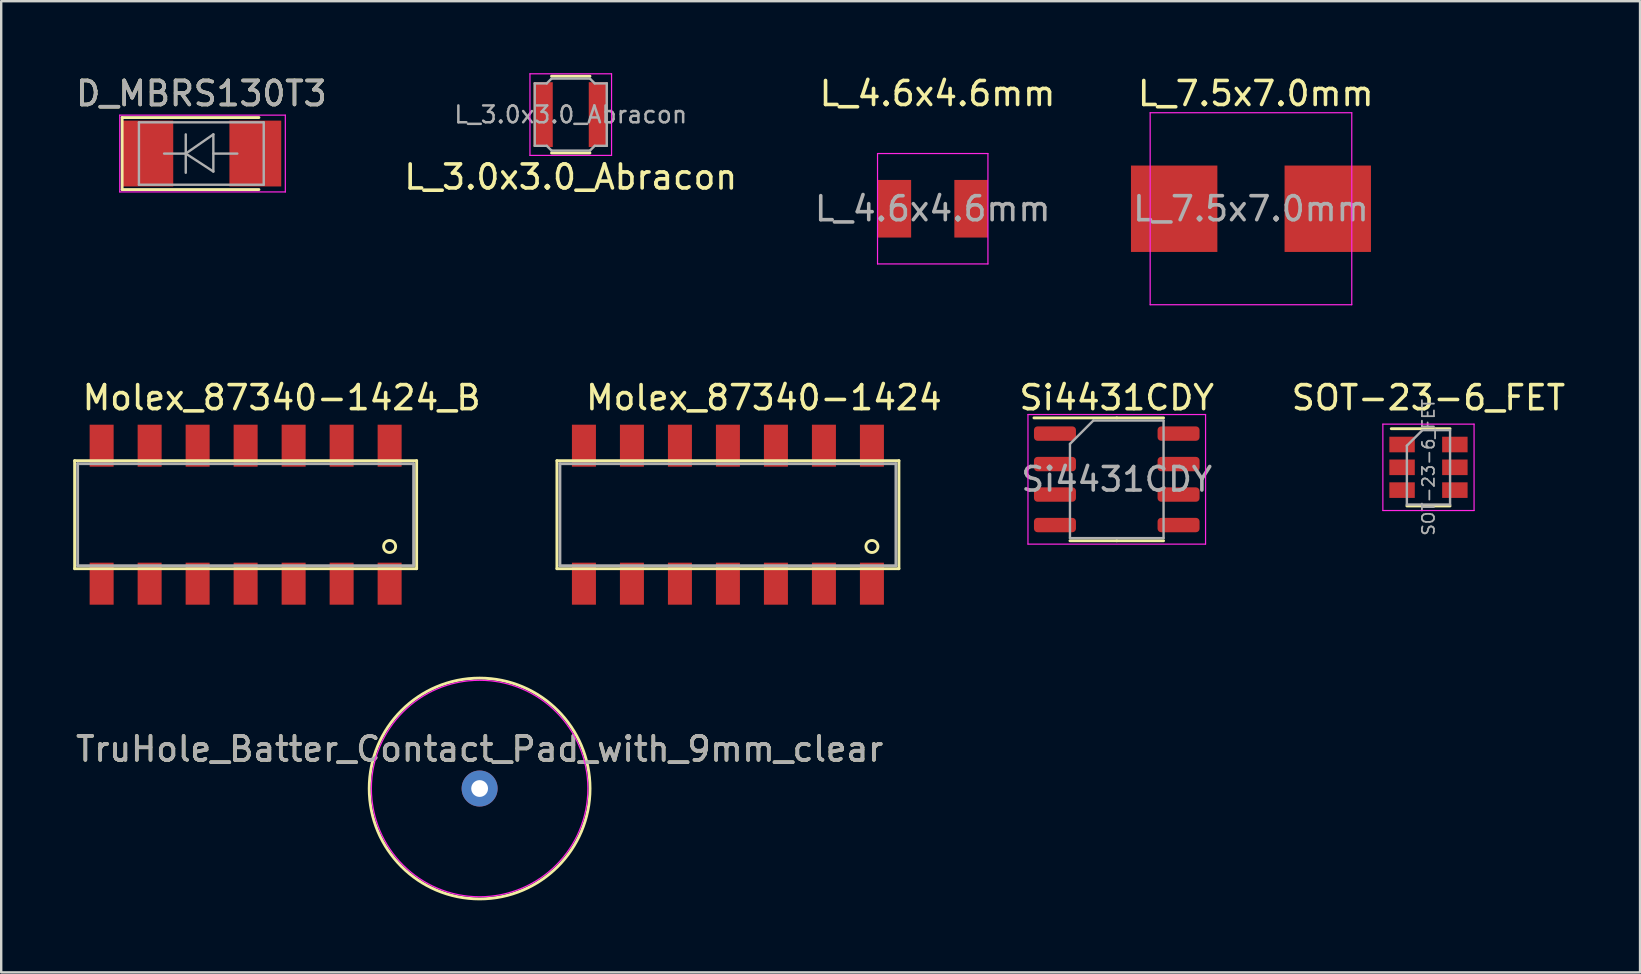
<source format=kicad_pcb>
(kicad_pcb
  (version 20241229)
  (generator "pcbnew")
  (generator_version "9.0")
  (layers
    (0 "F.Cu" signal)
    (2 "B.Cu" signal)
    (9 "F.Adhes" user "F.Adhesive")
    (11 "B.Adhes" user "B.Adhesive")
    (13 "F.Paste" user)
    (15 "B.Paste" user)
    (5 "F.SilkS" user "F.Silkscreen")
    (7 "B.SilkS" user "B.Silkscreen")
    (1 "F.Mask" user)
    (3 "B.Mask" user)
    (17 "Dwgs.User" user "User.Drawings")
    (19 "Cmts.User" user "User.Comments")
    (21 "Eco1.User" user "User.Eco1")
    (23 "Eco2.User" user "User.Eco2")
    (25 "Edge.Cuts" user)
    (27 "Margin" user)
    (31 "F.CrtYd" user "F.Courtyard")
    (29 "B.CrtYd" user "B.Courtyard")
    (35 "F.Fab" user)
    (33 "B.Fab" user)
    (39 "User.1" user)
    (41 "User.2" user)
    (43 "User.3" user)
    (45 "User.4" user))
  (footprint "D_MBRS130T3"
    (layer "F.Cu")
    (at 5.339 3.348)
    (property "Reference" "D_MBRS130T3" (at 0 -2.5 0) (layer "F.SilkS") (effects (font (size 1 1) (thickness 0.15))))
    (attr smd)
    (fp_line (start -3.3 -1.5) (end -3.3 1.5) (stroke (width 0.12) (type solid)) (layer "F.SilkS"))
    (fp_line (start -3.3 1.5) (end 2.4 1.5) (stroke (width 0.12) (type solid)) (layer "F.SilkS"))
    (fp_line (start 2.4 -1.5) (end -3.3 -1.5) (stroke (width 0.12) (type solid)) (layer "F.SilkS"))
    (fp_line (start -3.4 -1.6) (end 3.5 -1.6) (stroke (width 0.05) (type solid)) (layer "F.CrtYd"))
    (fp_line (start -3.4 1.6) (end -3.4 -1.6) (stroke (width 0.05) (type solid)) (layer "F.CrtYd"))
    (fp_line (start 3.5 -1.6) (end 3.5 1.6) (stroke (width 0.05) (type solid)) (layer "F.CrtYd"))
    (fp_line (start 3.5 1.6) (end -3.4 1.6) (stroke (width 0.05) (type solid)) (layer "F.CrtYd"))
    (fp_line (start -2.6 -1.3) (end -2.6 1.3) (stroke (width 0.1) (type solid)) (layer "F.Fab"))
    (fp_line (start -2.6 1.3) (end 2.6 1.3) (stroke (width 0.1) (type solid)) (layer "F.Fab"))
    (fp_line (start -0.649 -0.799) (end -0.649 0.801) (stroke (width 0.1) (type solid)) (layer "F.Fab"))
    (fp_line (start -0.649 0.001) (end -1.551 0.001) (stroke (width 0.1) (type solid)) (layer "F.Fab"))
    (fp_line (start -0.649 0.001) (end 0.501 -0.799) (stroke (width 0.1) (type solid)) (layer "F.Fab"))
    (fp_line (start -0.649 0.001) (end 0.501 0.75) (stroke (width 0.1) (type solid)) (layer "F.Fab"))
    (fp_line (start 0.501 0.001) (end 1.499 0.001) (stroke (width 0.1) (type solid)) (layer "F.Fab"))
    (fp_line (start 0.501 0.75) (end 0.501 -0.799) (stroke (width 0.1) (type solid)) (layer "F.Fab"))
    (fp_line (start 2.6 -1.3) (end -2.6 -1.3) (stroke (width 0.1) (type solid)) (layer "F.Fab"))
    (fp_line (start 2.6 1.3) (end 2.6 -1.3) (stroke (width 0.1) (type solid)) (layer "F.Fab"))
    (fp_text user "${REFERENCE}" (at 0 -2.5 0) (layer "F.Fab") (effects (font (size 1 1) (thickness 0.15))))
    (pad "1" smd rect (at -2.25 0) (size 2.159 2.743) (layers "F.Cu" "F.Mask" "F.Paste"))
    (pad "2" smd rect (at 2.25 0) (size 2.159 2.743) (layers "F.Cu" "F.Mask" "F.Paste")))
  (footprint "Molex_87340-1424"
    (layer "F.Cu")
    (at 28.781 13.021)
    (property "Reference" "Molex_87340-1424" (at 0 0.5 0) (layer "F.SilkS") (effects (font (size 1 1) (thickness 0.15))))
    (attr through_hole)
    (fp_line (start -8.625 3.125) (end -8.625 7.625) (stroke (width 0.12) (type solid)) (layer "F.SilkS"))
    (fp_line (start -8.625 7.625) (end 5.625 7.625) (stroke (width 0.12) (type solid)) (layer "F.SilkS"))
    (fp_line (start 5.625 3.125) (end -8.625 3.125) (stroke (width 0.12) (type solid)) (layer "F.SilkS"))
    (fp_line (start 5.625 7.625) (end 5.625 3.125) (stroke (width 0.12) (type solid)) (layer "F.SilkS"))
    (fp_circle (center 4.5 6.7) (end 4.75 6.7) (stroke (width 0.12) (type solid)) (fill no) (layer "F.SilkS"))
    (fp_line (start -8.5 3.25) (end 5.5 3.25) (stroke (width 0.12) (type solid)) (layer "F.Fab"))
    (fp_line (start -8.5 7.5) (end -8.5 3.25) (stroke (width 0.12) (type solid)) (layer "F.Fab"))
    (fp_line (start 5.5 3.25) (end 5.5 7.5) (stroke (width 0.12) (type solid)) (layer "F.Fab"))
    (fp_line (start 5.5 7.5) (end -8.5 7.5) (stroke (width 0.12) (type solid)) (layer "F.Fab"))
    (pad "1" smd rect (at 4.5 8.25) (size 1 1.75) (layers "F.Cu" "F.Mask" "F.Paste"))
    (pad "2" smd rect (at 4.5 2.5) (size 1 1.75) (layers "F.Cu" "F.Mask" "F.Paste"))
    (pad "3" smd rect (at 2.5 8.25) (size 1 1.75) (layers "F.Cu" "F.Mask" "F.Paste"))
    (pad "4" smd rect (at 2.5 2.5) (size 1 1.75) (layers "F.Cu" "F.Mask" "F.Paste"))
    (pad "5" smd rect (at 0.5 8.25) (size 1 1.75) (layers "F.Cu" "F.Mask" "F.Paste"))
    (pad "6" smd rect (at 0.5 2.5) (size 1 1.75) (layers "F.Cu" "F.Mask" "F.Paste"))
    (pad "7" smd rect (at -1.5 8.25) (size 1 1.75) (layers "F.Cu" "F.Mask" "F.Paste"))
    (pad "8" smd rect (at -1.5 2.5) (size 1 1.75) (layers "F.Cu" "F.Mask" "F.Paste"))
    (pad "9" smd rect (at -3.5 8.25) (size 1 1.75) (layers "F.Cu" "F.Mask" "F.Paste"))
    (pad "10" smd rect (at -3.5 2.5) (size 1 1.75) (layers "F.Cu" "F.Mask" "F.Paste"))
    (pad "11" smd rect (at -5.5 8.25) (size 1 1.75) (layers "F.Cu" "F.Mask" "F.Paste"))
    (pad "12" smd rect (at -5.5 2.5) (size 1 1.75) (layers "F.Cu" "F.Mask" "F.Paste"))
    (pad "13" smd rect (at -7.5 8.25) (size 1 1.75) (layers "F.Cu" "F.Mask" "F.Paste"))
    (pad "14" smd rect (at -7.5 2.5) (size 1 1.75) (layers "F.Cu" "F.Mask" "F.Paste")))
  (footprint "Si4431CDY"
    (layer "F.Cu")
    (at 43.483 16.922)
    (property "Reference" "Si4431CDY" (at 0 -3.4 0) (layer "F.SilkS") (effects (font (size 1 1) (thickness 0.15))))
    (attr smd)
    (fp_line (start 0 -2.56) (end -3.45 -2.56) (stroke (width 0.12) (type solid)) (layer "F.SilkS"))
    (fp_line (start 0 -2.56) (end 1.95 -2.56) (stroke (width 0.12) (type solid)) (layer "F.SilkS"))
    (fp_line (start 0 2.56) (end -1.95 2.56) (stroke (width 0.12) (type solid)) (layer "F.SilkS"))
    (fp_line (start 0 2.56) (end 1.95 2.56) (stroke (width 0.12) (type solid)) (layer "F.SilkS"))
    (fp_line (start -3.7 -2.7) (end -3.7 2.7) (stroke (width 0.05) (type solid)) (layer "F.CrtYd"))
    (fp_line (start -3.7 2.7) (end 3.7 2.7) (stroke (width 0.05) (type solid)) (layer "F.CrtYd"))
    (fp_line (start 3.7 -2.7) (end -3.7 -2.7) (stroke (width 0.05) (type solid)) (layer "F.CrtYd"))
    (fp_line (start 3.7 2.7) (end 3.7 -2.7) (stroke (width 0.05) (type solid)) (layer "F.CrtYd"))
    (fp_line (start -1.95 -1.475) (end -0.975 -2.45) (stroke (width 0.1) (type solid)) (layer "F.Fab"))
    (fp_line (start -1.95 2.45) (end -1.95 -1.475) (stroke (width 0.1) (type solid)) (layer "F.Fab"))
    (fp_line (start -0.975 -2.45) (end 1.95 -2.45) (stroke (width 0.1) (type solid)) (layer "F.Fab"))
    (fp_line (start 1.95 -2.45) (end 1.95 2.45) (stroke (width 0.1) (type solid)) (layer "F.Fab"))
    (fp_line (start 1.95 2.45) (end -1.95 2.45) (stroke (width 0.1) (type solid)) (layer "F.Fab"))
    (fp_text user "${REFERENCE}" (at 0 0 0) (layer "F.Fab") (effects (font (size 0.98 0.98) (thickness 0.15))))
    (pad "1" smd roundrect (at -2.575 -1.905) (size 1.75 0.6) (layers "F.Cu" "F.Mask" "F.Paste") (roundrect_rratio 0.25))
    (pad "1" smd roundrect (at -2.575 -0.635) (size 1.75 0.6) (layers "F.Cu" "F.Mask" "F.Paste") (roundrect_rratio 0.25))
    (pad "1" smd roundrect (at -2.575 0.635) (size 1.75 0.6) (layers "F.Cu" "F.Mask" "F.Paste") (roundrect_rratio 0.25))
    (pad "2" smd roundrect (at -2.575 1.905) (size 1.75 0.6) (layers "F.Cu" "F.Mask" "F.Paste") (roundrect_rratio 0.25))
    (pad "3" smd roundrect (at 2.575 -1.905) (size 1.75 0.6) (layers "F.Cu" "F.Mask" "F.Paste") (roundrect_rratio 0.25))
    (pad "3" smd roundrect (at 2.575 -0.635) (size 1.75 0.6) (layers "F.Cu" "F.Mask" "F.Paste") (roundrect_rratio 0.25))
    (pad "3" smd roundrect (at 2.575 0.635) (size 1.75 0.6) (layers "F.Cu" "F.Mask" "F.Paste") (roundrect_rratio 0.25))
    (pad "3" smd roundrect (at 2.575 1.905) (size 1.75 0.6) (layers "F.Cu" "F.Mask" "F.Paste") (roundrect_rratio 0.25)))
  (footprint "SOT-23-6_FET"
    (layer "F.Cu")
    (at 56.471 16.422)
    (property "Reference" "SOT-23-6_FET" (at 0 -2.9 0) (layer "F.SilkS") (effects (font (size 1 1) (thickness 0.15))))
    (attr smd)
    (fp_line (start -0.9 1.61) (end 0.9 1.61) (stroke (width 0.12) (type solid)) (layer "F.SilkS"))
    (fp_line (start 0.9 -1.61) (end -1.55 -1.61) (stroke (width 0.12) (type solid)) (layer "F.SilkS"))
    (fp_line (start -1.9 -1.8) (end -1.9 1.8) (stroke (width 0.05) (type solid)) (layer "F.CrtYd"))
    (fp_line (start -1.9 1.8) (end 1.9 1.8) (stroke (width 0.05) (type solid)) (layer "F.CrtYd"))
    (fp_line (start 1.9 -1.8) (end -1.9 -1.8) (stroke (width 0.05) (type solid)) (layer "F.CrtYd"))
    (fp_line (start 1.9 1.8) (end 1.9 -1.8) (stroke (width 0.05) (type solid)) (layer "F.CrtYd"))
    (fp_line (start -0.9 -0.9) (end -0.9 1.55) (stroke (width 0.1) (type solid)) (layer "F.Fab"))
    (fp_line (start -0.9 -0.9) (end -0.25 -1.55) (stroke (width 0.1) (type solid)) (layer "F.Fab"))
    (fp_line (start 0.9 -1.55) (end -0.25 -1.55) (stroke (width 0.1) (type solid)) (layer "F.Fab"))
    (fp_line (start 0.9 -1.55) (end 0.9 1.55) (stroke (width 0.1) (type solid)) (layer "F.Fab"))
    (fp_line (start 0.9 1.55) (end -0.9 1.55) (stroke (width 0.1) (type solid)) (layer "F.Fab"))
    (fp_text user "${REFERENCE}" (at 0 0 90) (layer "F.Fab") (effects (font (size 0.5 0.5) (thickness 0.075))))
    (pad "1" smd rect (at -1.1 -0.95) (size 1.06 0.65) (layers "F.Cu" "F.Mask" "F.Paste"))
    (pad "1" smd rect (at -1.1 0) (size 1.06 0.65) (layers "F.Cu" "F.Mask" "F.Paste"))
    (pad "1" smd rect (at 1.1 -0.95) (size 1.06 0.65) (layers "F.Cu" "F.Mask" "F.Paste"))
    (pad "1" smd rect (at 1.1 0) (size 1.06 0.65) (layers "F.Cu" "F.Mask" "F.Paste"))
    (pad "2" smd rect (at -1.1 0.95) (size 1.06 0.65) (layers "F.Cu" "F.Mask" "F.Paste"))
    (pad "3" smd rect (at 1.1 0.95) (size 1.06 0.65) (layers "F.Cu" "F.Mask" "F.Paste")))
  (footprint "TruHole_Batter_Contact_Pad_with_9mm_clear"
    (layer "F.Cu")
    (at 16.935 29.806)
    (property "Reference" "TruHole_Batter_Contact_Pad_with_9mm_clear" (at 0 -1.648 0) (layer "F.SilkS") (effects (font (size 1 1) (thickness 0.15))))
    (attr exclude_from_pos_files exclude_from_bom)
    (fp_circle (center 0 0) (end 0 4.6) (stroke (width 0.12) (type solid)) (fill no) (layer "F.SilkS"))
    (fp_circle (center 0 0) (end 4.5 0.3) (stroke (width 0.05) (type solid)) (fill no) (layer "F.CrtYd"))
    (fp_text user "${REFERENCE}" (at 0 -1.65 0) (layer "F.Fab") (effects (font (size 1 1) (thickness 0.15))))
    (pad "1" thru_hole circle (at 0 0) (size 1.5 1.5) (drill 0.7) (layers "*.Cu" "*.Mask")))
  (footprint "L_3.0x3.0_Abracon"
    (layer "F.Cu")
    (at 20.732 1.725)
    (property "Reference" "L_3.0x3.0_Abracon" (at 0 2.6 0) (layer "F.SilkS") (effects (font (size 1 1) (thickness 0.15))))
    (attr smd)
    (fp_line (start -0.8 -1.6) (end 0.8 -1.6) (stroke (width 0.12) (type solid)) (layer "F.SilkS"))
    (fp_line (start -0.8 1.6) (end 0.8 1.6) (stroke (width 0.12) (type solid)) (layer "F.SilkS"))
    (fp_line (start -1.7 -1.7) (end -1.7 1.7) (stroke (width 0.05) (type solid)) (layer "F.CrtYd"))
    (fp_line (start -1.7 1.7) (end 1.7 1.7) (stroke (width 0.05) (type solid)) (layer "F.CrtYd"))
    (fp_line (start 1.7 -1.7) (end -1.7 -1.7) (stroke (width 0.05) (type solid)) (layer "F.CrtYd"))
    (fp_line (start 1.7 1.7) (end 1.7 -1.7) (stroke (width 0.05) (type solid)) (layer "F.CrtYd"))
    (fp_line (start -1.5 -1.3) (end -1.5 1.3) (stroke (width 0.1) (type solid)) (layer "F.Fab"))
    (fp_line (start -1.5 1.3) (end -1 1.3) (stroke (width 0.1) (type solid)) (layer "F.Fab"))
    (fp_line (start -1 -1.3) (end -1.5 -1.3) (stroke (width 0.1) (type solid)) (layer "F.Fab"))
    (fp_line (start -1 1.3) (end -0.8 1.5) (stroke (width 0.1) (type solid)) (layer "F.Fab"))
    (fp_line (start -0.8 -1.5) (end -1 -1.3) (stroke (width 0.1) (type solid)) (layer "F.Fab"))
    (fp_line (start -0.8 1.5) (end 0.8 1.5) (stroke (width 0.1) (type solid)) (layer "F.Fab"))
    (fp_line (start 0.8 -1.5) (end -0.8 -1.5) (stroke (width 0.1) (type solid)) (layer "F.Fab"))
    (fp_line (start 0.8 1.5) (end 1 1.3) (stroke (width 0.1) (type solid)) (layer "F.Fab"))
    (fp_line (start 1 -1.3) (end 0.8 -1.5) (stroke (width 0.1) (type solid)) (layer "F.Fab"))
    (fp_line (start 1 1.3) (end 1.5 1.3) (stroke (width 0.1) (type solid)) (layer "F.Fab"))
    (fp_line (start 1.5 -1.3) (end 1 -1.3) (stroke (width 0.1) (type solid)) (layer "F.Fab"))
    (fp_line (start 1.5 1.3) (end 1.5 -1.3) (stroke (width 0.1) (type solid)) (layer "F.Fab"))
    (fp_text user "${REFERENCE}" (at 0 0 0) (layer "F.Fab") (effects (font (size 0.7 0.7) (thickness 0.105))))
    (pad "1" smd rect (at -1.15 0) (size 0.8 2.7) (layers "F.Cu" "F.Mask" "F.Paste"))
    (pad "2" smd rect (at 1.15 0) (size 0.8 2.7) (layers "F.Cu" "F.Mask" "F.Paste")))
  (footprint "L_7.5x7.0mm"
    (layer "F.Cu")
    (at 49.075 5.648)
    (property "Reference" "L_7.5x7.0mm" (at 0.2 -4.8 0) (layer "F.SilkS") (effects (font (size 1 1) (thickness 0.15))))
    (attr smd)
    (fp_line (start -4.2 -4) (end 4.2 -4) (stroke (width 0.05) (type solid)) (layer "F.CrtYd"))
    (fp_line (start -4.2 4) (end -4.2 -4) (stroke (width 0.05) (type solid)) (layer "F.CrtYd"))
    (fp_line (start 4.2 -4) (end 4.2 4) (stroke (width 0.05) (type solid)) (layer "F.CrtYd"))
    (fp_line (start 4.2 4) (end -4.2 4) (stroke (width 0.05) (type solid)) (layer "F.CrtYd"))
    (fp_text user "${REFERENCE}" (at 0 0 0) (layer "F.Fab") (effects (font (size 1 1) (thickness 0.15))))
    (pad "1" smd rect (at -3.2 0) (size 3.6 3.6) (layers "F.Cu" "F.Mask" "F.Paste"))
    (pad "2" smd rect (at 3.2 0) (size 3.6 3.6) (layers "F.Cu" "F.Mask" "F.Paste")))
  (footprint "Molex_87340-1424_B"
    (layer "F.Cu")
    (at 8.685 13.021)
    (property "Reference" "Molex_87340-1424_B" (at 0 0.5 0) (layer "F.SilkS") (effects (font (size 1 1) (thickness 0.15))))
    (attr through_hole)
    (fp_line (start -8.625 3.125) (end -8.625 7.625) (stroke (width 0.12) (type solid)) (layer "F.SilkS"))
    (fp_line (start -8.625 7.625) (end 5.625 7.625) (stroke (width 0.12) (type solid)) (layer "F.SilkS"))
    (fp_line (start 5.625 3.125) (end -8.625 3.125) (stroke (width 0.12) (type solid)) (layer "F.SilkS"))
    (fp_line (start 5.625 7.625) (end 5.625 3.125) (stroke (width 0.12) (type solid)) (layer "F.SilkS"))
    (fp_circle (center 4.5 6.7) (end 4.75 6.7) (stroke (width 0.12) (type solid)) (fill no) (layer "F.SilkS"))
    (fp_line (start -8.5 3.25) (end 5.5 3.25) (stroke (width 0.12) (type solid)) (layer "F.Fab"))
    (fp_line (start -8.5 7.5) (end -8.5 3.25) (stroke (width 0.12) (type solid)) (layer "F.Fab"))
    (fp_line (start 5.5 3.25) (end 5.5 7.5) (stroke (width 0.12) (type solid)) (layer "F.Fab"))
    (fp_line (start 5.5 7.5) (end -8.5 7.5) (stroke (width 0.12) (type solid)) (layer "F.Fab"))
    (pad "1" smd rect (at 4.5 8.25) (size 1 1.75) (layers "F.Cu" "F.Mask" "F.Paste"))
    (pad "2" smd rect (at 4.5 2.5) (size 1 1.75) (layers "F.Cu" "F.Mask" "F.Paste"))
    (pad "3" smd rect (at 2.5 8.25) (size 1 1.75) (layers "F.Cu" "F.Mask" "F.Paste"))
    (pad "4" smd rect (at 2.5 2.5) (size 1 1.75) (layers "F.Cu" "F.Mask" "F.Paste"))
    (pad "5" smd rect (at 0.5 8.25) (size 1 1.75) (layers "F.Cu" "F.Mask" "F.Paste"))
    (pad "6" smd rect (at 0.5 2.5) (size 1 1.75) (layers "F.Cu" "F.Mask" "F.Paste"))
    (pad "7" smd rect (at -1.5 8.25) (size 1 1.75) (layers "F.Cu" "F.Mask" "F.Paste"))
    (pad "8" smd rect (at -1.5 2.5) (size 1 1.75) (layers "F.Cu" "F.Mask" "F.Paste"))
    (pad "9" smd rect (at -3.5 8.25) (size 1 1.75) (layers "F.Cu" "F.Mask" "F.Paste"))
    (pad "10" smd rect (at -3.5 2.5) (size 1 1.75) (layers "F.Cu" "F.Mask" "F.Paste"))
    (pad "11" smd rect (at -5.5 8.25) (size 1 1.75) (layers "F.Cu" "F.Mask" "F.Paste"))
    (pad "12" smd rect (at -5.5 2.5) (size 1 1.75) (layers "F.Cu" "F.Mask" "F.Paste"))
    (pad "13" smd rect (at -7.5 8.25) (size 1 1.75) (layers "F.Cu" "F.Mask" "F.Paste"))
    (pad "14" smd rect (at -7.5 2.5) (size 1 1.75) (layers "F.Cu" "F.Mask" "F.Paste")))
  (footprint "L_4.6x4.6mm"
    (layer "F.Cu")
    (at 35.815 5.648)
    (property "Reference" "L_4.6x4.6mm" (at 0.2 -4.8 0) (layer "F.SilkS") (effects (font (size 1 1) (thickness 0.15))))
    (attr smd)
    (fp_line (start -2.3 -2.3) (end 2.3 -2.3) (stroke (width 0.05) (type solid)) (layer "F.CrtYd"))
    (fp_line (start -2.3 2.3) (end -2.3 -2.3) (stroke (width 0.05) (type solid)) (layer "F.CrtYd"))
    (fp_line (start 2.3 -2.3) (end 2.3 2.3) (stroke (width 0.05) (type solid)) (layer "F.CrtYd"))
    (fp_line (start 2.3 2.3) (end -2.3 2.3) (stroke (width 0.05) (type solid)) (layer "F.CrtYd"))
    (fp_text user "${REFERENCE}" (at 0 0 0) (layer "F.Fab") (effects (font (size 1 1) (thickness 0.15))))
    (pad "1" smd rect (at -1.6 0) (size 1.4 2.4) (layers "F.Cu" "F.Mask" "F.Paste"))
    (pad "2" smd rect (at 1.6 0) (size 1.4 2.4) (layers "F.Cu" "F.Mask" "F.Paste")))
  (gr_rect
    (start -3 -3)
    (end 65.287 37.467)
    (stroke (width 0.1) (type default))
    (fill no)
    (layer "Edge.Cuts")))
</source>
